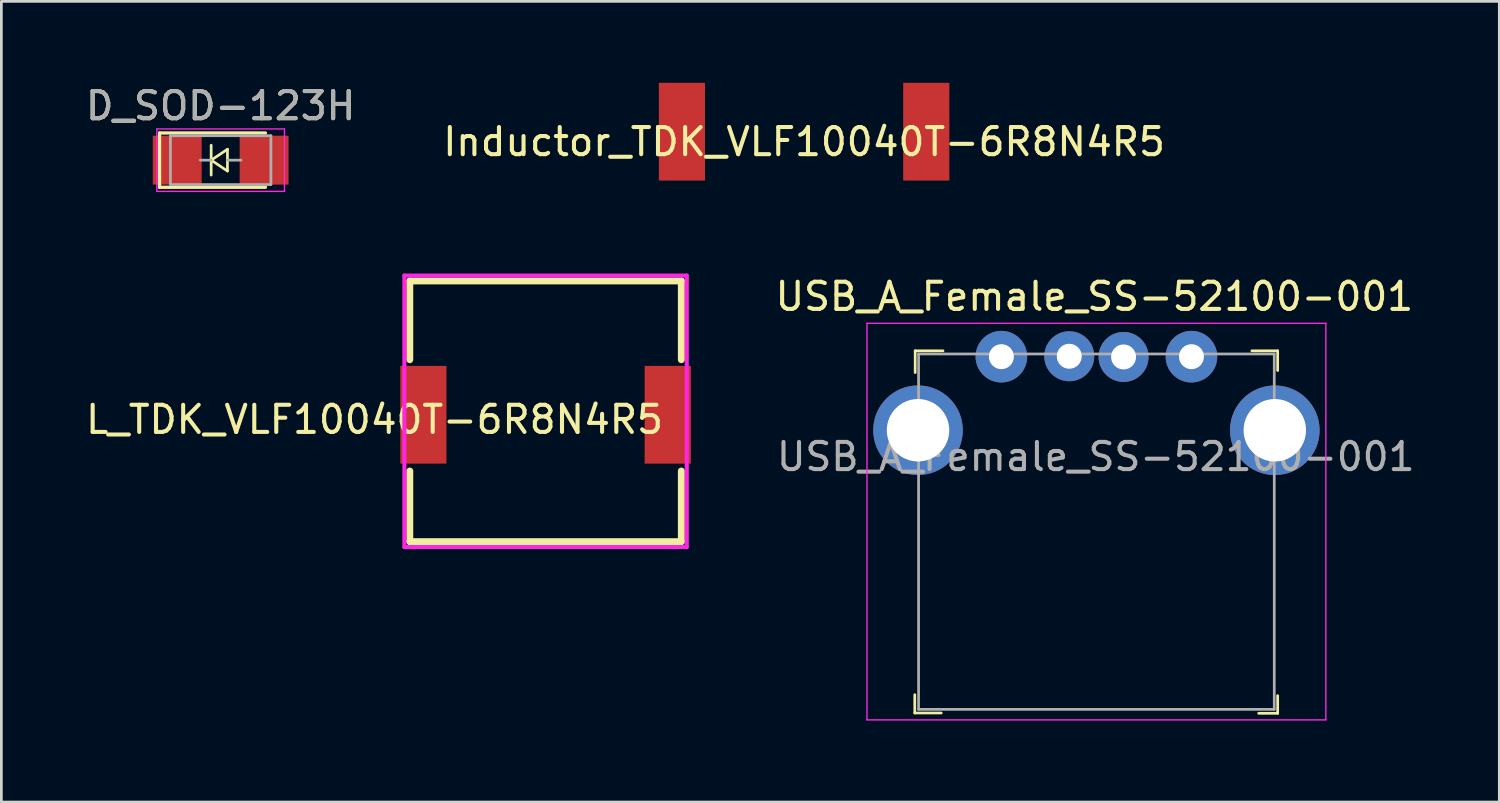
<source format=kicad_pcb>
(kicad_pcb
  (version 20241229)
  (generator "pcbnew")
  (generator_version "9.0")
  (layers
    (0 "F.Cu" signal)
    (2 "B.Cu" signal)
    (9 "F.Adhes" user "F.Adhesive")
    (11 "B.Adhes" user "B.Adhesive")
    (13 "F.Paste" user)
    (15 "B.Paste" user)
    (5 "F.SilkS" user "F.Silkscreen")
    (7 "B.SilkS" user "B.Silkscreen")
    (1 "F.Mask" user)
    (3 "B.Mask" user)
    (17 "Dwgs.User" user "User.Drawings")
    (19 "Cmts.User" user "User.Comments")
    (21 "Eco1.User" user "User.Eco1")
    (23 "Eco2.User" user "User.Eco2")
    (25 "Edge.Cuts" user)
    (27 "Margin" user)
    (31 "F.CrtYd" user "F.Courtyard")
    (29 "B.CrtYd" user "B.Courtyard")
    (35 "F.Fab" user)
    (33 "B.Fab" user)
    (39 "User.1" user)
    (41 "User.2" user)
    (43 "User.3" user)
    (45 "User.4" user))
  (footprint "USB_A_Female_SS-52100-001"
    (layer "F.Cu")
    (at 37.331 12.796)
    (property "Reference" "USB_A_Female_SS-52100-001" (at -0.075 -4.925 0) (layer "F.SilkS") (effects (font (size 1 1) (thickness 0.15))))
    (attr through_hole)
    (fp_line (start -6.69 10.414) (end -6.69 9.739) (stroke (width 0.1) (type solid)) (layer "F.SilkS"))
    (fp_line (start -6.675 -2.925) (end -6.675 -2.125) (stroke (width 0.1) (type solid)) (layer "F.SilkS"))
    (fp_line (start -5.715 10.414) (end -6.69 10.414) (stroke (width 0.1) (type solid)) (layer "F.SilkS"))
    (fp_line (start -5.65 -2.925) (end -6.675 -2.925) (stroke (width 0.1) (type solid)) (layer "F.SilkS"))
    (fp_line (start 5.725 -2.925) (end 6.675 -2.925) (stroke (width 0.1) (type solid)) (layer "F.SilkS"))
    (fp_line (start 6.675 -2.925) (end 6.675 -2.2) (stroke (width 0.1) (type solid)) (layer "F.SilkS"))
    (fp_line (start 6.675 9.775) (end 6.675 10.425) (stroke (width 0.1) (type solid)) (layer "F.SilkS"))
    (fp_line (start 6.675 10.425) (end 5.975 10.425) (stroke (width 0.1) (type solid)) (layer "F.SilkS"))
    (fp_line (start -8.45 -3.94) (end -8.45 10.668) (stroke (width 0.05) (type solid)) (layer "F.CrtYd"))
    (fp_line (start -8.45 -3.94) (end 8.45 -3.94) (stroke (width 0.05) (type solid)) (layer "F.CrtYd"))
    (fp_line (start -8.45 10.668) (end 8.45 10.668) (stroke (width 0.05) (type solid)) (layer "F.CrtYd"))
    (fp_line (start 8.45 -3.94) (end 8.45 10.668) (stroke (width 0.05) (type solid)) (layer "F.CrtYd"))
    (fp_line (start -6.55 -2.81) (end -6.55 10.28) (stroke (width 0.1) (type solid)) (layer "F.Fab"))
    (fp_line (start -6.55 -2.81) (end 6.55 -2.81) (stroke (width 0.1) (type solid)) (layer "F.Fab"))
    (fp_line (start -6.55 10.28) (end 6.55 10.28) (stroke (width 0.1) (type solid)) (layer "F.Fab"))
    (fp_line (start 6.55 -2.81) (end 6.55 10.28) (stroke (width 0.1) (type solid)) (layer "F.Fab"))
    (fp_text user "${REFERENCE}" (at -0.025 0.975 0) (layer "F.Fab") (effects (font (size 1 1) (thickness 0.15))))
    (pad "1" thru_hole circle (at -3.5 -2.71) (size 1.9 1.9) (drill 0.92) (layers "*.Cu" "*.Mask"))
    (pad "2" thru_hole circle (at -1 -2.725) (size 1.84 1.84) (drill 0.92) (layers "*.Cu" "*.Mask"))
    (pad "3" thru_hole circle (at 1 -2.7) (size 1.84 1.84) (drill 0.92) (layers "*.Cu" "*.Mask"))
    (pad "4" thru_hole circle (at 3.5 -2.71) (size 1.9 1.9) (drill 0.92) (layers "*.Cu" "*.Mask"))
    (pad "SH" thru_hole circle (at -6.57 0) (size 3.3 3.3) (drill 2.3) (layers "*.Cu" "*.Mask"))
    (pad "SH" thru_hole circle (at 6.57 0) (size 3.3 3.3) (drill 2.3) (layers "*.Cu" "*.Mask")))
  (footprint "L_TDK_VLF10040T-6R8N4R5"
    (layer "F.Cu")
    (at 17.043 12.098)
    (property "Reference" "L_TDK_VLF10040T-6R8N4R5" (at -6.299 0.305 0) (layer "F.SilkS") (effects (font (size 1 1) (thickness 0.15))))
    (attr through_hole)
    (fp_line (start -5 -4.8) (end -5 -1.9) (stroke (width 0.254) (type solid)) (layer "F.SilkS"))
    (fp_line (start -5 -4.8) (end 5 -4.8) (stroke (width 0.254) (type solid)) (layer "F.SilkS"))
    (fp_line (start -5 4.8) (end -5 2.2) (stroke (width 0.254) (type solid)) (layer "F.SilkS"))
    (fp_line (start 5 -4.8) (end 5 -1.9) (stroke (width 0.254) (type solid)) (layer "F.SilkS"))
    (fp_line (start 5 4.8) (end -5 4.8) (stroke (width 0.254) (type solid)) (layer "F.SilkS"))
    (fp_line (start 5 4.8) (end 5 2.2) (stroke (width 0.254) (type solid)) (layer "F.SilkS"))
    (fp_line (start -5.2 -5) (end -5.2 5) (stroke (width 0.15) (type solid)) (layer "F.CrtYd"))
    (fp_line (start -5.2 -5) (end 5.2 -5) (stroke (width 0.15) (type solid)) (layer "F.CrtYd"))
    (fp_line (start -5.2 5) (end 5.2 5) (stroke (width 0.15) (type solid)) (layer "F.CrtYd"))
    (fp_line (start 5.2 -5) (end 5.2 5) (stroke (width 0.15) (type solid)) (layer "F.CrtYd"))
    (pad "1" smd rect (at 4.5 0.127) (size 1.7 3.6) (layers "F.Cu" "F.Mask" "F.Paste"))
    (pad "2" smd rect (at -4.5 0.127) (size 1.7 3.6) (layers "F.Cu" "F.Mask" "F.Paste")))
  (footprint "Inductor_TDK_VLF10040T-6R8N4R5"
    (layer "F.Cu")
    (at 26.565 1.673)
    (property "Reference" "Inductor_TDK_VLF10040T-6R8N4R5" (at 0 0.5 0) (layer "F.SilkS") (effects (font (size 1 1) (thickness 0.15))))
    (attr through_hole)
    (pad "1" smd rect (at 4.5 0.127) (size 1.7 3.6) (layers "F.Cu" "F.Mask" "F.Paste"))
    (pad "2" smd rect (at -4.5 0.127) (size 1.7 3.6) (layers "F.Cu" "F.Mask" "F.Paste")))
  (footprint "D_SOD-123H"
    (layer "F.Cu")
    (at 5.077 2.848)
    (property "Reference" "D_SOD-123H" (at 0 -2 0) (layer "F.SilkS") (effects (font (size 1 1) (thickness 0.15))))
    (attr smd)
    (fp_line (start -2.25 -1) (end -2.25 1) (stroke (width 0.12) (type solid)) (layer "F.SilkS"))
    (fp_line (start -2.25 -1) (end 1.65 -1) (stroke (width 0.12) (type solid)) (layer "F.SilkS"))
    (fp_line (start -2.25 1) (end 1.65 1) (stroke (width 0.12) (type solid)) (layer "F.SilkS"))
    (fp_line (start -0.35 0) (end -0.35 -0.55) (stroke (width 0.1) (type solid)) (layer "F.SilkS"))
    (fp_line (start -0.35 0) (end -0.35 0.55) (stroke (width 0.1) (type solid)) (layer "F.SilkS"))
    (fp_line (start -0.35 0) (end 0.25 -0.4) (stroke (width 0.1) (type solid)) (layer "F.SilkS"))
    (fp_line (start 0.25 -0.4) (end 0.25 0.4) (stroke (width 0.1) (type solid)) (layer "F.SilkS"))
    (fp_line (start 0.25 0.4) (end -0.35 0) (stroke (width 0.1) (type solid)) (layer "F.SilkS"))
    (fp_line (start -2.35 -1.15) (end -2.35 1.15) (stroke (width 0.05) (type solid)) (layer "F.CrtYd"))
    (fp_line (start -2.35 -1.15) (end 2.35 -1.15) (stroke (width 0.05) (type solid)) (layer "F.CrtYd"))
    (fp_line (start 2.35 -1.15) (end 2.35 1.15) (stroke (width 0.05) (type solid)) (layer "F.CrtYd"))
    (fp_line (start 2.35 1.15) (end -2.35 1.15) (stroke (width 0.05) (type solid)) (layer "F.CrtYd"))
    (fp_line (start -1.85 -0.9) (end 1.85 -0.9) (stroke (width 0.1) (type solid)) (layer "F.Fab"))
    (fp_line (start -1.85 0.9) (end -1.85 -0.9) (stroke (width 0.1) (type solid)) (layer "F.Fab"))
    (fp_line (start -1.85 0.9) (end 1.85 0.9) (stroke (width 0.1) (type solid)) (layer "F.Fab"))
    (fp_line (start -0.75 0) (end -0.35 0) (stroke (width 0.1) (type solid)) (layer "F.Fab"))
    (fp_line (start 0.25 0) (end 0.75 0) (stroke (width 0.1) (type solid)) (layer "F.Fab"))
    (fp_line (start 1.85 -0.9) (end 1.85 0.9) (stroke (width 0.1) (type solid)) (layer "F.Fab"))
    (fp_text user "${REFERENCE}" (at 0 -2 0) (layer "F.Fab") (effects (font (size 1 1) (thickness 0.15))))
    (pad "1" smd rect (at -1.6 0) (size 1.8 1.8) (layers "F.Cu" "F.Mask" "F.Paste"))
    (pad "2" smd rect (at 1.6 0) (size 1.8 1.8) (layers "F.Cu" "F.Mask" "F.Paste")))
  (gr_rect
    (start -3 -3)
    (end 52.169 26.489)
    (stroke (width 0.1) (type default))
    (fill no)
    (layer "Edge.Cuts")))
</source>
